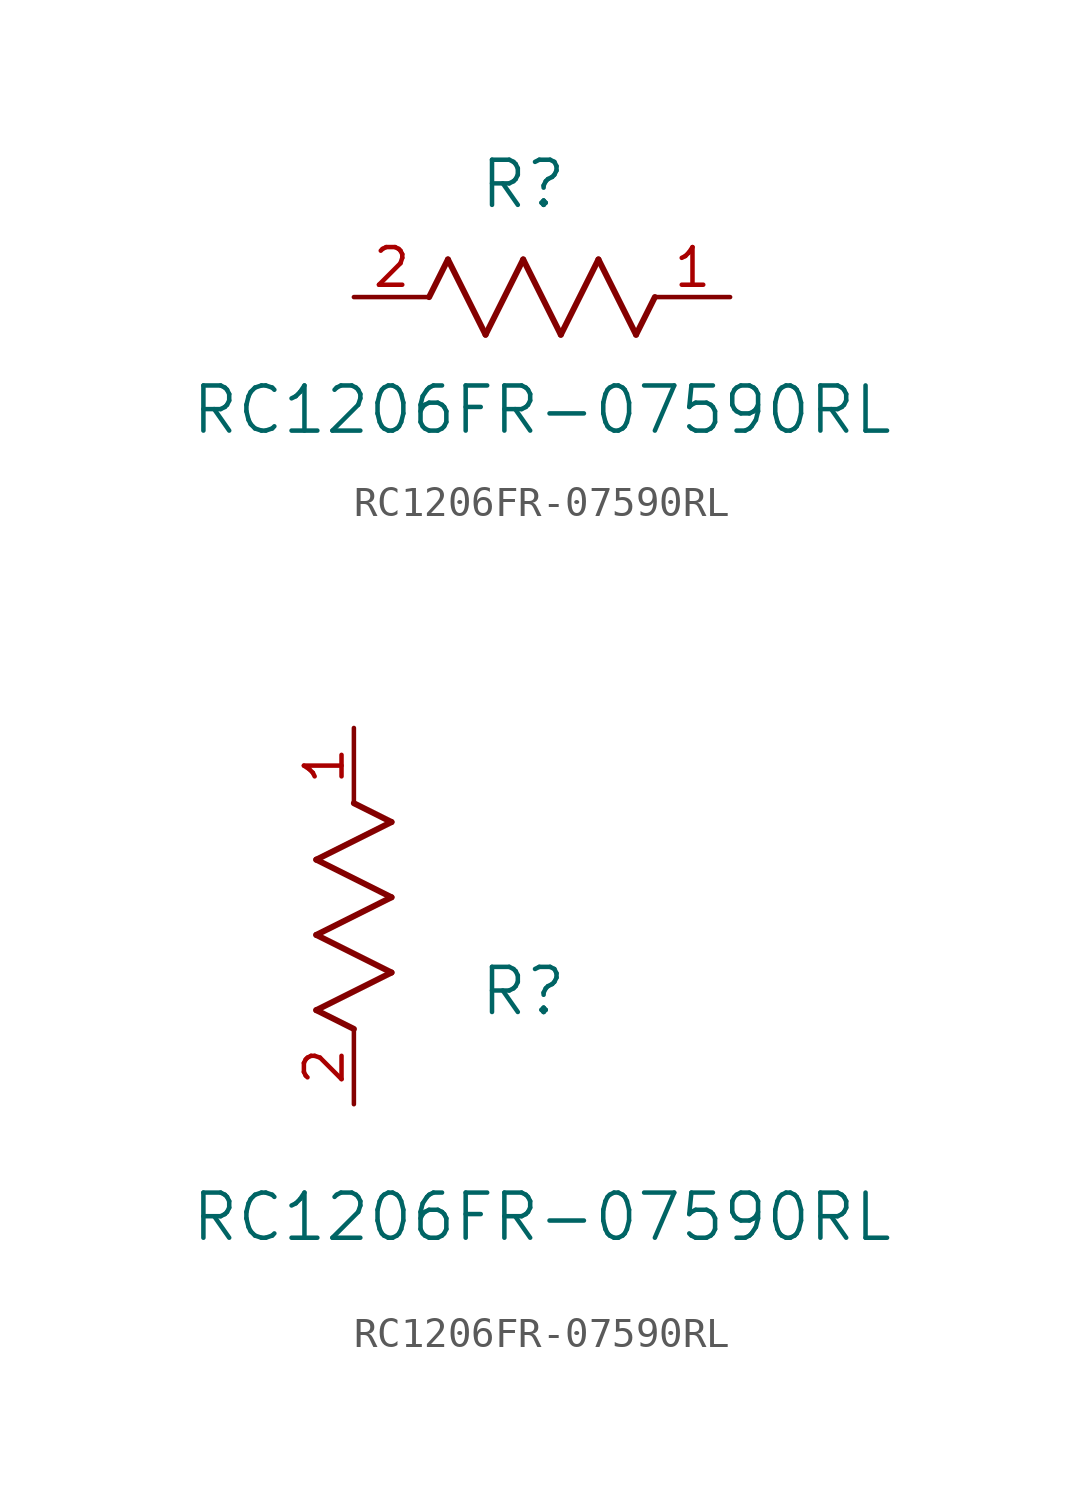
<source format=kicad_sym>
(kicad_symbol_lib
  (version 20211014)
  (generator kicad_symbol_editor)
  (symbol "RC1206FR-07590RL"
    (pin_names
      (offset 0.254))
    (property "Reference" "R"
      (at 5.715 3.81 0)
      (effects (font (size 1.524 1.524))))
    (property "Value" "RC1206FR-07590RL"
      (at 6.35 -3.81 0)
      (effects (font (size 1.524 1.524))))
    (symbol "RC1206FR-07590RL_1_1"
      (polyline (pts (xy 3.175 1.27) (xy 4.445 -1.27)) (stroke (width 0.203) (type default) (color 0 0 0 0)) (fill (type none)))
      (polyline (pts (xy 4.445 -1.27) (xy 5.715 1.27)) (stroke (width 0.203) (type default) (color 0 0 0 0)) (fill (type none)))
      (polyline (pts (xy 5.715 1.27) (xy 6.985 -1.27)) (stroke (width 0.203) (type default) (color 0 0 0 0)) (fill (type none)))
      (polyline (pts (xy 6.985 -1.27) (xy 8.255 1.27)) (stroke (width 0.203) (type default) (color 0 0 0 0)) (fill (type none)))
      (polyline (pts (xy 8.255 1.27) (xy 9.525 -1.27)) (stroke (width 0.203) (type default) (color 0 0 0 0)) (fill (type none)))
      (polyline (pts (xy 2.54 0) (xy 3.175 1.27)) (stroke (width 0.203) (type default) (color 0 0 0 0)) (fill (type none)))
      (polyline (pts (xy 9.525 -1.27) (xy 10.16 0)) (stroke (width 0.203) (type default) (color 0 0 0 0)) (fill (type none)))
      (pin unspecified line (at 12.7 0 180) (length 2.54) (name "" (effects (font (size 1.27 1.27)))) (number "1" (effects (font (size 1.27 1.27)))))
      (pin unspecified line (at 0 0 0) (length 2.54) (name "" (effects (font (size 1.27 1.27)))) (number "2" (effects (font (size 1.27 1.27))))))
    (symbol "RC1206FR-07590RL_1_2"
      (polyline (pts (xy 0 2.54) (xy -1.27 3.175)) (stroke (width 0.203) (type default) (color 0 0 0 0)) (fill (type none)))
      (polyline (pts (xy -1.27 3.175) (xy 1.27 4.445)) (stroke (width 0.203) (type default) (color 0 0 0 0)) (fill (type none)))
      (polyline (pts (xy 1.27 4.445) (xy -1.27 5.715)) (stroke (width 0.203) (type default) (color 0 0 0 0)) (fill (type none)))
      (polyline (pts (xy -1.27 5.715) (xy 1.27 6.985)) (stroke (width 0.203) (type default) (color 0 0 0 0)) (fill (type none)))
      (polyline (pts (xy -1.27 8.255) (xy 1.27 9.525)) (stroke (width 0.203) (type default) (color 0 0 0 0)) (fill (type none)))
      (polyline (pts (xy 1.27 9.525) (xy 0 10.16)) (stroke (width 0.203) (type default) (color 0 0 0 0)) (fill (type none)))
      (polyline (pts (xy 1.27 6.985) (xy -1.27 8.255)) (stroke (width 0.203) (type default) (color 0 0 0 0)) (fill (type none)))
      (pin unspecified line (at 0 12.7 270) (length 2.54) (name "" (effects (font (size 1.27 1.27)))) (number "1" (effects (font (size 1.27 1.27)))))
      (pin unspecified line (at 0 0 90) (length 2.54) (name "" (effects (font (size 1.27 1.27)))) (number "2" (effects (font (size 1.27 1.27))))))))
</source>
